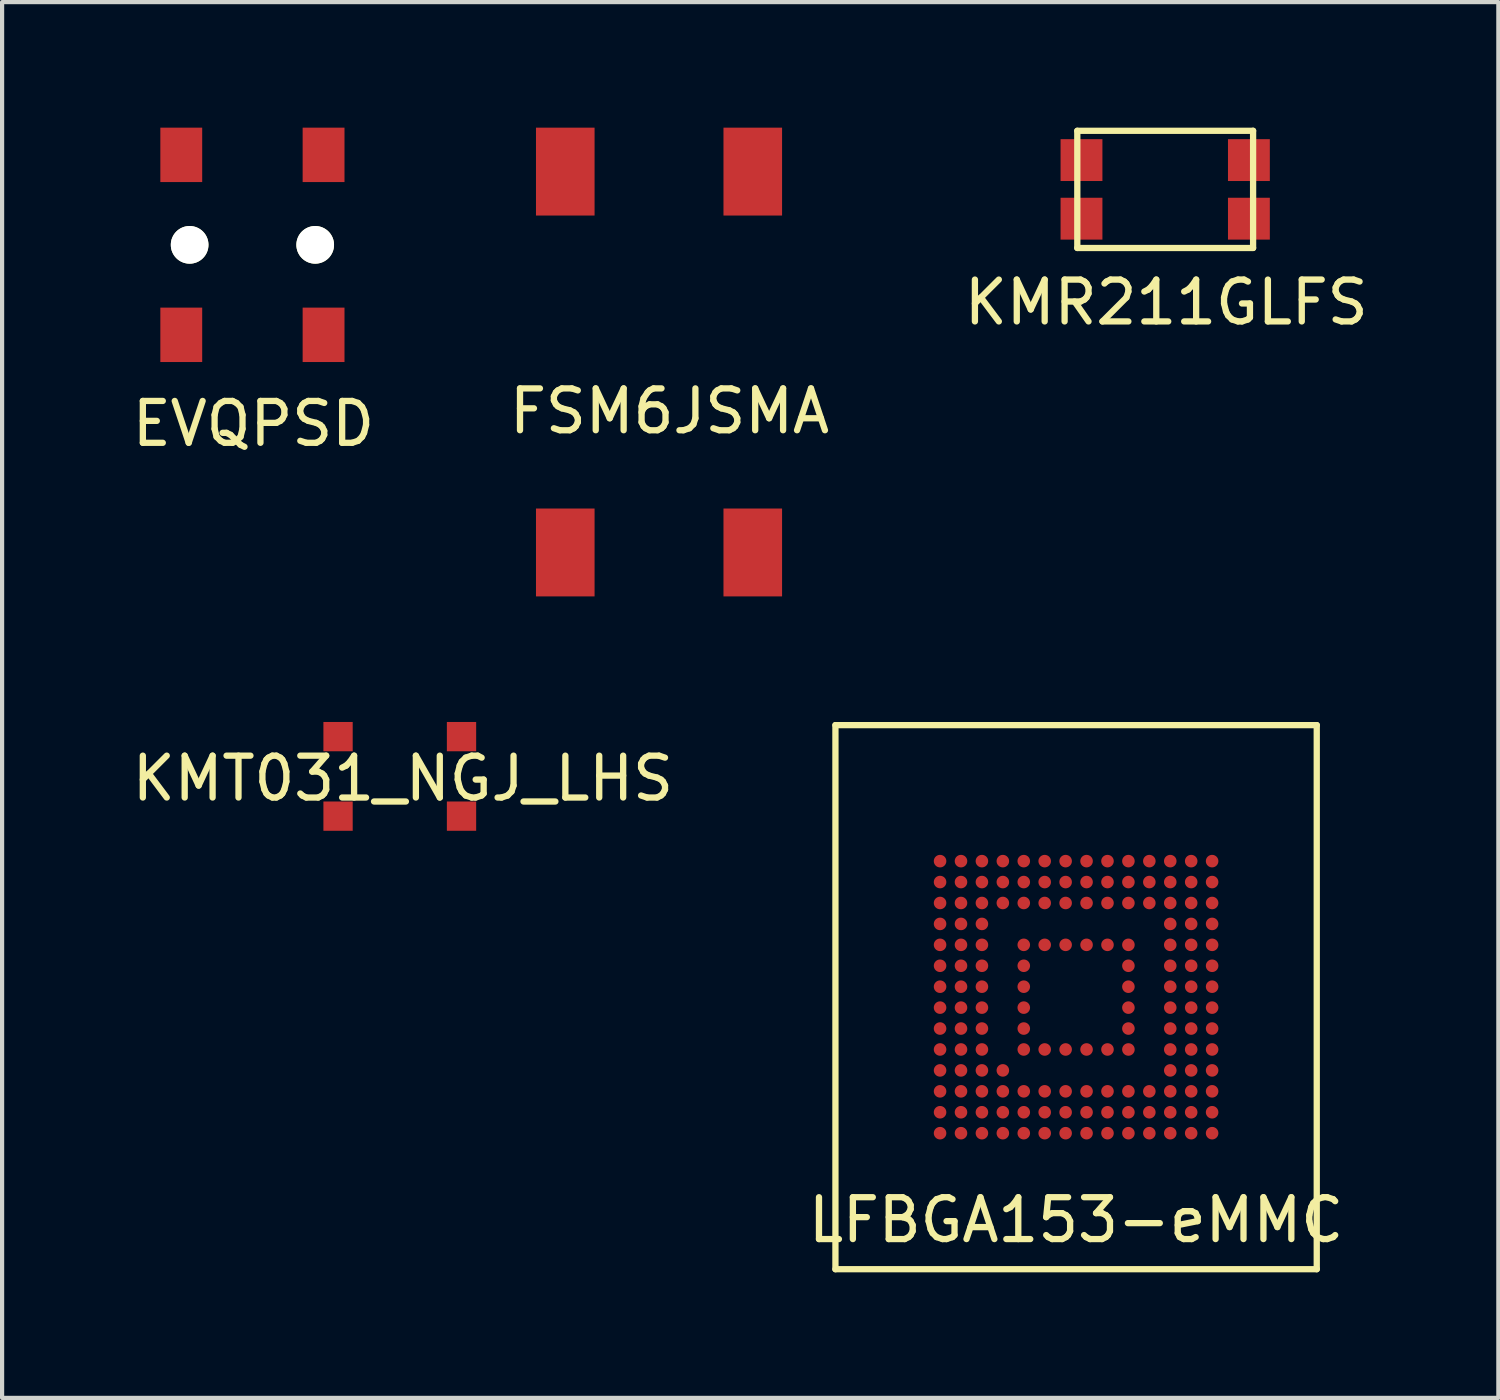
<source format=kicad_pcb>
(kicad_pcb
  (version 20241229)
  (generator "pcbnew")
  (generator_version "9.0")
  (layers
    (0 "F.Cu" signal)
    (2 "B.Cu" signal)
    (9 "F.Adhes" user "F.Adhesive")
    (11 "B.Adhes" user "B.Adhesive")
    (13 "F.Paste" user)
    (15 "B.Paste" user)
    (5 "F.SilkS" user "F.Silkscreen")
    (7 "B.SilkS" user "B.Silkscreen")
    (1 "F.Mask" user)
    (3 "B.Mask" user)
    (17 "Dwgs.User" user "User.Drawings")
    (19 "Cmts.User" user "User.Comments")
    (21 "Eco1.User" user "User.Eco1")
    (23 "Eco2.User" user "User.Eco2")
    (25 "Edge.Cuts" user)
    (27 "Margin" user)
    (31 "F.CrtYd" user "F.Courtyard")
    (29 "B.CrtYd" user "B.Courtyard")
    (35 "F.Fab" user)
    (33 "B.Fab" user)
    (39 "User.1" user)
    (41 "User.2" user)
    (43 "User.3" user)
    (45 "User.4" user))
  (footprint "KMT031_NGJ_LHS"
    (layer "F.Cu")
    (at 6.502 15.5)
    (property "Reference" "KMT031_NGJ_LHS" (at 0.075 0.05 0) (layer "F.SilkS") (effects (font (size 1 1) (thickness 0.15))))
    (attr through_hole)
    (pad "1" smd rect (at -1.475 -0.95 180) (size 0.7 0.7) (layers "F.Cu" "F.Mask" "F.Paste"))
    (pad "2" smd rect (at -1.475 0.95 180) (size 0.7 0.7) (layers "F.Cu" "F.Mask" "F.Paste"))
    (pad "3" smd rect (at 1.475 -0.95 180) (size 0.7 0.7) (layers "F.Cu" "F.Mask" "F.Paste"))
    (pad "4" smd rect (at 1.475 0.95 180) (size 0.7 0.7) (layers "F.Cu" "F.Mask" "F.Paste")))
  (footprint "LFBGA153-eMMC"
    (layer "F.Cu")
    (at 22.661 20.775)
    (property "Reference" "LFBGA153-eMMC" (at 0 5.325 180) (layer "F.SilkS") (effects (font (size 1 1) (thickness 0.15))))
    (attr through_hole)
    (fp_line (start -5.75 -6.5) (end 5.75 -6.5) (stroke (width 0.15) (type solid)) (layer "F.SilkS"))
    (fp_line (start -5.75 6.5) (end -5.75 -6.5) (stroke (width 0.15) (type solid)) (layer "F.SilkS"))
    (fp_line (start 5.75 -6.5) (end 5.75 6.5) (stroke (width 0.15) (type solid)) (layer "F.SilkS"))
    (fp_line (start 5.75 6.5) (end -5.75 6.5) (stroke (width 0.15) (type solid)) (layer "F.SilkS"))
    (pad "A1" smd circle (at -3.25 3.25) (size 0.3 0.3) (layers "F.Cu" "F.Mask" "F.Paste"))
    (pad "A2" smd circle (at -3.25 2.75) (size 0.3 0.3) (layers "F.Cu" "F.Mask" "F.Paste"))
    (pad "A3" smd circle (at -3.25 2.25) (size 0.3 0.3) (layers "F.Cu" "F.Mask" "F.Paste"))
    (pad "A4" smd circle (at -3.25 1.75) (size 0.3 0.3) (layers "F.Cu" "F.Mask" "F.Paste"))
    (pad "A5" smd circle (at -3.25 1.25) (size 0.3 0.3) (layers "F.Cu" "F.Mask" "F.Paste"))
    (pad "A6" smd circle (at -3.25 0.75) (size 0.3 0.3) (layers "F.Cu" "F.Mask" "F.Paste"))
    (pad "A7" smd circle (at -3.25 0.25) (size 0.3 0.3) (layers "F.Cu" "F.Mask" "F.Paste"))
    (pad "A8" smd circle (at -3.25 -0.25) (size 0.3 0.3) (layers "F.Cu" "F.Mask" "F.Paste"))
    (pad "A9" smd circle (at -3.25 -0.75) (size 0.3 0.3) (layers "F.Cu" "F.Mask" "F.Paste"))
    (pad "A10" smd circle (at -3.25 -1.25) (size 0.3 0.3) (layers "F.Cu" "F.Mask" "F.Paste"))
    (pad "A11" smd circle (at -3.25 -1.75) (size 0.3 0.3) (layers "F.Cu" "F.Mask" "F.Paste"))
    (pad "A12" smd circle (at -3.25 -2.25) (size 0.3 0.3) (layers "F.Cu" "F.Mask" "F.Paste"))
    (pad "A13" smd circle (at -3.25 -2.75) (size 0.3 0.3) (layers "F.Cu" "F.Mask" "F.Paste"))
    (pad "A14" smd circle (at -3.25 -3.25) (size 0.3 0.3) (layers "F.Cu" "F.Mask" "F.Paste"))
    (pad "B1" smd circle (at -2.75 3.25) (size 0.3 0.3) (layers "F.Cu" "F.Mask" "F.Paste"))
    (pad "B2" smd circle (at -2.75 2.75) (size 0.3 0.3) (layers "F.Cu" "F.Mask" "F.Paste"))
    (pad "B3" smd circle (at -2.75 2.25) (size 0.3 0.3) (layers "F.Cu" "F.Mask" "F.Paste"))
    (pad "B4" smd circle (at -2.75 1.75) (size 0.3 0.3) (layers "F.Cu" "F.Mask" "F.Paste"))
    (pad "B5" smd circle (at -2.75 1.25) (size 0.3 0.3) (layers "F.Cu" "F.Mask" "F.Paste"))
    (pad "B6" smd circle (at -2.75 0.75) (size 0.3 0.3) (layers "F.Cu" "F.Mask" "F.Paste"))
    (pad "B7" smd circle (at -2.75 0.25) (size 0.3 0.3) (layers "F.Cu" "F.Mask" "F.Paste"))
    (pad "B8" smd circle (at -2.75 -0.25) (size 0.3 0.3) (layers "F.Cu" "F.Mask" "F.Paste"))
    (pad "B9" smd circle (at -2.75 -0.75) (size 0.3 0.3) (layers "F.Cu" "F.Mask" "F.Paste"))
    (pad "B10" smd circle (at -2.75 -1.25) (size 0.3 0.3) (layers "F.Cu" "F.Mask" "F.Paste"))
    (pad "B11" smd circle (at -2.75 -1.75) (size 0.3 0.3) (layers "F.Cu" "F.Mask" "F.Paste"))
    (pad "B12" smd circle (at -2.75 -2.25) (size 0.3 0.3) (layers "F.Cu" "F.Mask" "F.Paste"))
    (pad "B13" smd circle (at -2.75 -2.75) (size 0.3 0.3) (layers "F.Cu" "F.Mask" "F.Paste"))
    (pad "B14" smd circle (at -2.75 -3.25) (size 0.3 0.3) (layers "F.Cu" "F.Mask" "F.Paste"))
    (pad "C1" smd circle (at -2.25 3.25) (size 0.3 0.3) (layers "F.Cu" "F.Mask" "F.Paste"))
    (pad "C2" smd circle (at -2.25 2.75) (size 0.3 0.3) (layers "F.Cu" "F.Mask" "F.Paste"))
    (pad "C3" smd circle (at -2.25 2.25) (size 0.3 0.3) (layers "F.Cu" "F.Mask" "F.Paste"))
    (pad "C4" smd circle (at -2.25 1.75) (size 0.3 0.3) (layers "F.Cu" "F.Mask" "F.Paste"))
    (pad "C5" smd circle (at -2.25 1.25) (size 0.3 0.3) (layers "F.Cu" "F.Mask" "F.Paste"))
    (pad "C6" smd circle (at -2.25 0.75) (size 0.3 0.3) (layers "F.Cu" "F.Mask" "F.Paste"))
    (pad "C7" smd circle (at -2.25 0.25) (size 0.3 0.3) (layers "F.Cu" "F.Mask" "F.Paste"))
    (pad "C8" smd circle (at -2.25 -0.25) (size 0.3 0.3) (layers "F.Cu" "F.Mask" "F.Paste"))
    (pad "C9" smd circle (at -2.25 -0.75) (size 0.3 0.3) (layers "F.Cu" "F.Mask" "F.Paste"))
    (pad "C10" smd circle (at -2.25 -1.25) (size 0.3 0.3) (layers "F.Cu" "F.Mask" "F.Paste"))
    (pad "C11" smd circle (at -2.25 -1.75) (size 0.3 0.3) (layers "F.Cu" "F.Mask" "F.Paste"))
    (pad "C12" smd circle (at -2.25 -2.25) (size 0.3 0.3) (layers "F.Cu" "F.Mask" "F.Paste"))
    (pad "C13" smd circle (at -2.25 -2.75) (size 0.3 0.3) (layers "F.Cu" "F.Mask" "F.Paste"))
    (pad "C14" smd circle (at -2.25 -3.25) (size 0.3 0.3) (layers "F.Cu" "F.Mask" "F.Paste"))
    (pad "D1" smd circle (at -1.75 3.25) (size 0.3 0.3) (layers "F.Cu" "F.Mask" "F.Paste"))
    (pad "D2" smd circle (at -1.75 2.75) (size 0.3 0.3) (layers "F.Cu" "F.Mask" "F.Paste"))
    (pad "D3" smd circle (at -1.75 2.25) (size 0.3 0.3) (layers "F.Cu" "F.Mask" "F.Paste"))
    (pad "D4" smd circle (at -1.75 1.75) (size 0.3 0.3) (layers "F.Cu" "F.Mask" "F.Paste"))
    (pad "D12" smd circle (at -1.75 -2.25) (size 0.3 0.3) (layers "F.Cu" "F.Mask" "F.Paste"))
    (pad "D13" smd circle (at -1.75 -2.75) (size 0.3 0.3) (layers "F.Cu" "F.Mask" "F.Paste"))
    (pad "D14" smd circle (at -1.75 -3.25) (size 0.3 0.3) (layers "F.Cu" "F.Mask" "F.Paste"))
    (pad "E1" smd circle (at -1.25 3.25) (size 0.3 0.3) (layers "F.Cu" "F.Mask" "F.Paste"))
    (pad "E2" smd circle (at -1.25 2.75) (size 0.3 0.3) (layers "F.Cu" "F.Mask" "F.Paste"))
    (pad "E3" smd circle (at -1.25 2.25) (size 0.3 0.3) (layers "F.Cu" "F.Mask" "F.Paste"))
    (pad "E5" smd circle (at -1.25 1.25) (size 0.3 0.3) (layers "F.Cu" "F.Mask" "F.Paste"))
    (pad "E6" smd circle (at -1.25 0.75) (size 0.3 0.3) (layers "F.Cu" "F.Mask" "F.Paste"))
    (pad "E7" smd circle (at -1.25 0.25) (size 0.3 0.3) (layers "F.Cu" "F.Mask" "F.Paste"))
    (pad "E8" smd circle (at -1.25 -0.25) (size 0.3 0.3) (layers "F.Cu" "F.Mask" "F.Paste"))
    (pad "E9" smd circle (at -1.25 -0.75) (size 0.3 0.3) (layers "F.Cu" "F.Mask" "F.Paste"))
    (pad "E10" smd circle (at -1.25 -1.25) (size 0.3 0.3) (layers "F.Cu" "F.Mask" "F.Paste"))
    (pad "E12" smd circle (at -1.25 -2.25) (size 0.3 0.3) (layers "F.Cu" "F.Mask" "F.Paste"))
    (pad "E13" smd circle (at -1.25 -2.75) (size 0.3 0.3) (layers "F.Cu" "F.Mask" "F.Paste"))
    (pad "E14" smd circle (at -1.25 -3.25) (size 0.3 0.3) (layers "F.Cu" "F.Mask" "F.Paste"))
    (pad "F1" smd circle (at -0.75 3.25) (size 0.3 0.3) (layers "F.Cu" "F.Mask" "F.Paste"))
    (pad "F2" smd circle (at -0.75 2.75) (size 0.3 0.3) (layers "F.Cu" "F.Mask" "F.Paste"))
    (pad "F3" smd circle (at -0.75 2.25) (size 0.3 0.3) (layers "F.Cu" "F.Mask" "F.Paste"))
    (pad "F5" smd circle (at -0.75 1.25) (size 0.3 0.3) (layers "F.Cu" "F.Mask" "F.Paste"))
    (pad "F10" smd circle (at -0.75 -1.25) (size 0.3 0.3) (layers "F.Cu" "F.Mask" "F.Paste"))
    (pad "F12" smd circle (at -0.75 -2.25) (size 0.3 0.3) (layers "F.Cu" "F.Mask" "F.Paste"))
    (pad "F13" smd circle (at -0.75 -2.75) (size 0.3 0.3) (layers "F.Cu" "F.Mask" "F.Paste"))
    (pad "F14" smd circle (at -0.75 -3.25) (size 0.3 0.3) (layers "F.Cu" "F.Mask" "F.Paste"))
    (pad "G1" smd circle (at -0.25 3.25) (size 0.3 0.3) (layers "F.Cu" "F.Mask" "F.Paste"))
    (pad "G2" smd circle (at -0.25 2.75) (size 0.3 0.3) (layers "F.Cu" "F.Mask" "F.Paste"))
    (pad "G3" smd circle (at -0.25 2.25) (size 0.3 0.3) (layers "F.Cu" "F.Mask" "F.Paste"))
    (pad "G5" smd circle (at -0.25 1.25) (size 0.3 0.3) (layers "F.Cu" "F.Mask" "F.Paste"))
    (pad "G10" smd circle (at -0.25 -1.25) (size 0.3 0.3) (layers "F.Cu" "F.Mask" "F.Paste"))
    (pad "G12" smd circle (at -0.25 -2.25) (size 0.3 0.3) (layers "F.Cu" "F.Mask" "F.Paste"))
    (pad "G13" smd circle (at -0.25 -2.75) (size 0.3 0.3) (layers "F.Cu" "F.Mask" "F.Paste"))
    (pad "G14" smd circle (at -0.25 -3.25) (size 0.3 0.3) (layers "F.Cu" "F.Mask" "F.Paste"))
    (pad "H1" smd circle (at 0.25 3.25) (size 0.3 0.3) (layers "F.Cu" "F.Mask" "F.Paste"))
    (pad "H2" smd circle (at 0.25 2.75) (size 0.3 0.3) (layers "F.Cu" "F.Mask" "F.Paste"))
    (pad "H3" smd circle (at 0.25 2.25) (size 0.3 0.3) (layers "F.Cu" "F.Mask" "F.Paste"))
    (pad "H5" smd circle (at 0.25 1.25) (size 0.3 0.3) (layers "F.Cu" "F.Mask" "F.Paste"))
    (pad "H10" smd circle (at 0.25 -1.25) (size 0.3 0.3) (layers "F.Cu" "F.Mask" "F.Paste"))
    (pad "H12" smd circle (at 0.25 -2.25) (size 0.3 0.3) (layers "F.Cu" "F.Mask" "F.Paste"))
    (pad "H13" smd circle (at 0.25 -2.75) (size 0.3 0.3) (layers "F.Cu" "F.Mask" "F.Paste"))
    (pad "H14" smd circle (at 0.25 -3.25) (size 0.3 0.3) (layers "F.Cu" "F.Mask" "F.Paste"))
    (pad "J1" smd circle (at 0.75 3.25) (size 0.3 0.3) (layers "F.Cu" "F.Mask" "F.Paste"))
    (pad "J2" smd circle (at 0.75 2.75) (size 0.3 0.3) (layers "F.Cu" "F.Mask" "F.Paste"))
    (pad "J3" smd circle (at 0.75 2.25) (size 0.3 0.3) (layers "F.Cu" "F.Mask" "F.Paste"))
    (pad "J5" smd circle (at 0.75 1.25) (size 0.3 0.3) (layers "F.Cu" "F.Mask" "F.Paste"))
    (pad "J10" smd circle (at 0.75 -1.25) (size 0.3 0.3) (layers "F.Cu" "F.Mask" "F.Paste"))
    (pad "J12" smd circle (at 0.75 -2.25) (size 0.3 0.3) (layers "F.Cu" "F.Mask" "F.Paste"))
    (pad "J13" smd circle (at 0.75 -2.75) (size 0.3 0.3) (layers "F.Cu" "F.Mask" "F.Paste"))
    (pad "J14" smd circle (at 0.75 -3.25) (size 0.3 0.3) (layers "F.Cu" "F.Mask" "F.Paste"))
    (pad "K1" smd circle (at 1.25 3.25) (size 0.3 0.3) (layers "F.Cu" "F.Mask" "F.Paste"))
    (pad "K2" smd circle (at 1.25 2.75) (size 0.3 0.3) (layers "F.Cu" "F.Mask" "F.Paste"))
    (pad "K3" smd circle (at 1.25 2.25) (size 0.3 0.3) (layers "F.Cu" "F.Mask" "F.Paste"))
    (pad "K5" smd circle (at 1.25 1.25) (size 0.3 0.3) (layers "F.Cu" "F.Mask" "F.Paste"))
    (pad "K6" smd circle (at 1.25 0.75) (size 0.3 0.3) (layers "F.Cu" "F.Mask" "F.Paste"))
    (pad "K7" smd circle (at 1.25 0.25) (size 0.3 0.3) (layers "F.Cu" "F.Mask" "F.Paste"))
    (pad "K8" smd circle (at 1.25 -0.25) (size 0.3 0.3) (layers "F.Cu" "F.Mask" "F.Paste"))
    (pad "K9" smd circle (at 1.25 -0.75) (size 0.3 0.3) (layers "F.Cu" "F.Mask" "F.Paste"))
    (pad "K10" smd circle (at 1.25 -1.25) (size 0.3 0.3) (layers "F.Cu" "F.Mask" "F.Paste"))
    (pad "K12" smd circle (at 1.25 -2.25) (size 0.3 0.3) (layers "F.Cu" "F.Mask" "F.Paste"))
    (pad "K13" smd circle (at 1.25 -2.75) (size 0.3 0.3) (layers "F.Cu" "F.Mask" "F.Paste"))
    (pad "K14" smd circle (at 1.25 -3.25) (size 0.3 0.3) (layers "F.Cu" "F.Mask" "F.Paste"))
    (pad "L1" smd circle (at 1.75 3.25) (size 0.3 0.3) (layers "F.Cu" "F.Mask" "F.Paste"))
    (pad "L2" smd circle (at 1.75 2.75) (size 0.3 0.3) (layers "F.Cu" "F.Mask" "F.Paste"))
    (pad "L3" smd circle (at 1.75 2.25) (size 0.3 0.3) (layers "F.Cu" "F.Mask" "F.Paste"))
    (pad "L12" smd circle (at 1.75 -2.25) (size 0.3 0.3) (layers "F.Cu" "F.Mask" "F.Paste"))
    (pad "L13" smd circle (at 1.75 -2.75) (size 0.3 0.3) (layers "F.Cu" "F.Mask" "F.Paste"))
    (pad "L14" smd circle (at 1.75 -3.25) (size 0.3 0.3) (layers "F.Cu" "F.Mask" "F.Paste"))
    (pad "M1" smd circle (at 2.25 3.25) (size 0.3 0.3) (layers "F.Cu" "F.Mask" "F.Paste"))
    (pad "M2" smd circle (at 2.25 2.75) (size 0.3 0.3) (layers "F.Cu" "F.Mask" "F.Paste"))
    (pad "M3" smd circle (at 2.25 2.25) (size 0.3 0.3) (layers "F.Cu" "F.Mask" "F.Paste"))
    (pad "M4" smd circle (at 2.25 1.75) (size 0.3 0.3) (layers "F.Cu" "F.Mask" "F.Paste"))
    (pad "M5" smd circle (at 2.25 1.25) (size 0.3 0.3) (layers "F.Cu" "F.Mask" "F.Paste"))
    (pad "M6" smd circle (at 2.25 0.75) (size 0.3 0.3) (layers "F.Cu" "F.Mask" "F.Paste"))
    (pad "M7" smd circle (at 2.25 0.25) (size 0.3 0.3) (layers "F.Cu" "F.Mask" "F.Paste"))
    (pad "M8" smd circle (at 2.25 -0.25) (size 0.3 0.3) (layers "F.Cu" "F.Mask" "F.Paste"))
    (pad "M9" smd circle (at 2.25 -0.75) (size 0.3 0.3) (layers "F.Cu" "F.Mask" "F.Paste"))
    (pad "M10" smd circle (at 2.25 -1.25) (size 0.3 0.3) (layers "F.Cu" "F.Mask" "F.Paste"))
    (pad "M11" smd circle (at 2.25 -1.75) (size 0.3 0.3) (layers "F.Cu" "F.Mask" "F.Paste"))
    (pad "M12" smd circle (at 2.25 -2.25) (size 0.3 0.3) (layers "F.Cu" "F.Mask" "F.Paste"))
    (pad "M13" smd circle (at 2.25 -2.75) (size 0.3 0.3) (layers "F.Cu" "F.Mask" "F.Paste"))
    (pad "M14" smd circle (at 2.25 -3.25) (size 0.3 0.3) (layers "F.Cu" "F.Mask" "F.Paste"))
    (pad "N1" smd circle (at 2.75 3.25) (size 0.3 0.3) (layers "F.Cu" "F.Mask" "F.Paste"))
    (pad "N2" smd circle (at 2.75 2.75) (size 0.3 0.3) (layers "F.Cu" "F.Mask" "F.Paste"))
    (pad "N3" smd circle (at 2.75 2.25) (size 0.3 0.3) (layers "F.Cu" "F.Mask" "F.Paste"))
    (pad "N4" smd circle (at 2.75 1.75) (size 0.3 0.3) (layers "F.Cu" "F.Mask" "F.Paste"))
    (pad "N5" smd circle (at 2.75 1.25) (size 0.3 0.3) (layers "F.Cu" "F.Mask" "F.Paste"))
    (pad "N6" smd circle (at 2.75 0.75) (size 0.3 0.3) (layers "F.Cu" "F.Mask" "F.Paste"))
    (pad "N7" smd circle (at 2.75 0.25) (size 0.3 0.3) (layers "F.Cu" "F.Mask" "F.Paste"))
    (pad "N8" smd circle (at 2.75 -0.25) (size 0.3 0.3) (layers "F.Cu" "F.Mask" "F.Paste"))
    (pad "N9" smd circle (at 2.75 -0.75) (size 0.3 0.3) (layers "F.Cu" "F.Mask" "F.Paste"))
    (pad "N10" smd circle (at 2.75 -1.25) (size 0.3 0.3) (layers "F.Cu" "F.Mask" "F.Paste"))
    (pad "N11" smd circle (at 2.75 -1.75) (size 0.3 0.3) (layers "F.Cu" "F.Mask" "F.Paste"))
    (pad "N12" smd circle (at 2.75 -2.25) (size 0.3 0.3) (layers "F.Cu" "F.Mask" "F.Paste"))
    (pad "N13" smd circle (at 2.75 -2.75) (size 0.3 0.3) (layers "F.Cu" "F.Mask" "F.Paste"))
    (pad "N14" smd circle (at 2.75 -3.25) (size 0.3 0.3) (layers "F.Cu" "F.Mask" "F.Paste"))
    (pad "P1" smd circle (at 3.25 3.25) (size 0.3 0.3) (layers "F.Cu" "F.Mask" "F.Paste"))
    (pad "P2" smd circle (at 3.25 2.75) (size 0.3 0.3) (layers "F.Cu" "F.Mask" "F.Paste"))
    (pad "P3" smd circle (at 3.25 2.25) (size 0.3 0.3) (layers "F.Cu" "F.Mask" "F.Paste"))
    (pad "P4" smd circle (at 3.25 1.75) (size 0.3 0.3) (layers "F.Cu" "F.Mask" "F.Paste"))
    (pad "P5" smd circle (at 3.25 1.25) (size 0.3 0.3) (layers "F.Cu" "F.Mask" "F.Paste"))
    (pad "P6" smd circle (at 3.25 0.75) (size 0.3 0.3) (layers "F.Cu" "F.Mask" "F.Paste"))
    (pad "P7" smd circle (at 3.25 0.25) (size 0.3 0.3) (layers "F.Cu" "F.Mask" "F.Paste"))
    (pad "P8" smd circle (at 3.25 -0.25) (size 0.3 0.3) (layers "F.Cu" "F.Mask" "F.Paste"))
    (pad "P9" smd circle (at 3.25 -0.75) (size 0.3 0.3) (layers "F.Cu" "F.Mask" "F.Paste"))
    (pad "P10" smd circle (at 3.25 -1.25) (size 0.3 0.3) (layers "F.Cu" "F.Mask" "F.Paste"))
    (pad "P11" smd circle (at 3.25 -1.75) (size 0.3 0.3) (layers "F.Cu" "F.Mask" "F.Paste"))
    (pad "P12" smd circle (at 3.25 -2.25) (size 0.3 0.3) (layers "F.Cu" "F.Mask" "F.Paste"))
    (pad "P13" smd circle (at 3.25 -2.75) (size 0.3 0.3) (layers "F.Cu" "F.Mask" "F.Paste"))
    (pad "P14" smd circle (at 3.25 -3.25) (size 0.3 0.3) (layers "F.Cu" "F.Mask" "F.Paste")))
  (footprint "EVQPSD"
    (layer "F.Cu")
    (at 2.981 2.8)
    (property "Reference" "EVQPSD" (at 0.025 4.275 0) (layer "F.SilkS") (effects (font (size 1 1) (thickness 0.15))))
    (attr through_hole)
    (pad "" np_thru_hole circle (at -1.5 0) (size 0.9 0.9) (drill 0.9) (layers "*.Cu" "*.Mask" "F.SilkS"))
    (pad "" np_thru_hole circle (at 1.5 0) (size 0.9 0.9) (drill 0.9) (layers "*.Cu" "*.Mask" "F.SilkS"))
    (pad "1" smd rect (at -1.7 -2.15) (size 1 1.3) (layers "F.Cu" "F.Mask" "F.Paste"))
    (pad "1" smd rect (at -1.7 2.15) (size 1 1.3) (layers "F.Cu" "F.Mask" "F.Paste"))
    (pad "2" smd rect (at 1.7 -2.15) (size 1 1.3) (layers "F.Cu" "F.Mask" "F.Paste"))
    (pad "2" smd rect (at 1.7 2.15) (size 1 1.3) (layers "F.Cu" "F.Mask" "F.Paste")))
  (footprint "FSM6JSMA"
    (layer "F.Cu")
    (at 12.696 5.6)
    (property "Reference" "FSM6JSMA" (at 0.25 1.175 0) (layer "F.SilkS") (effects (font (size 1 1) (thickness 0.15))))
    (attr through_hole)
    (pad "1" smd rect (at 2.24 -4.55) (size 1.4 2.1) (layers "F.Cu" "F.Mask" "F.Paste"))
    (pad "1" smd rect (at 2.24 4.55) (size 1.4 2.1) (layers "F.Cu" "F.Mask" "F.Paste"))
    (pad "2" smd rect (at -2.24 -4.55) (size 1.4 2.1) (layers "F.Cu" "F.Mask" "F.Paste"))
    (pad "2" smd rect (at -2.24 4.55) (size 1.4 2.1) (layers "F.Cu" "F.Mask" "F.Paste")))
  (footprint "KMR211GLFS"
    (layer "F.Cu")
    (at 24.79 1.475)
    (property "Reference" "KMR211GLFS" (at 0.025 2.7 0) (layer "F.SilkS") (effects (font (size 1 1) (thickness 0.15))))
    (attr through_hole)
    (fp_line (start -2.1 -1.4) (end -2.1 1.4) (stroke (width 0.15) (type solid)) (layer "F.SilkS"))
    (fp_line (start -2.1 -1.4) (end 2.1 -1.4) (stroke (width 0.15) (type solid)) (layer "F.SilkS"))
    (fp_line (start -2.1 1.4) (end 2.1 1.4) (stroke (width 0.15) (type solid)) (layer "F.SilkS"))
    (fp_line (start 2.1 -1.4) (end 2.1 1.4) (stroke (width 0.15) (type solid)) (layer "F.SilkS"))
    (pad "1" smd rect (at -2 -0.7) (size 1 1) (layers "F.Cu" "F.Mask" "F.Paste"))
    (pad "1" smd rect (at 2 -0.7) (size 1 1) (layers "F.Cu" "F.Mask" "F.Paste"))
    (pad "2" smd rect (at -2 0.7) (size 1 1) (layers "F.Cu" "F.Mask" "F.Paste"))
    (pad "2" smd rect (at 2 0.7) (size 1 1) (layers "F.Cu" "F.Mask" "F.Paste")))
  (gr_rect
    (start -3 -3)
    (end 32.75 30.35)
    (stroke (width 0.1) (type default))
    (fill no)
    (layer "Edge.Cuts")))
</source>
